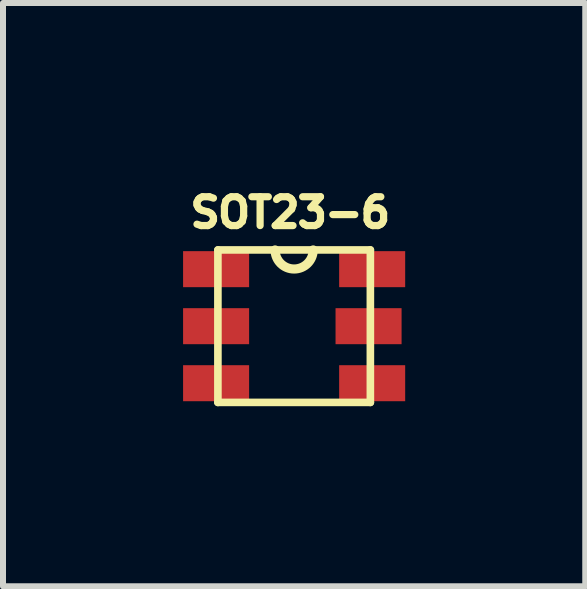
<source format=kicad_pcb>
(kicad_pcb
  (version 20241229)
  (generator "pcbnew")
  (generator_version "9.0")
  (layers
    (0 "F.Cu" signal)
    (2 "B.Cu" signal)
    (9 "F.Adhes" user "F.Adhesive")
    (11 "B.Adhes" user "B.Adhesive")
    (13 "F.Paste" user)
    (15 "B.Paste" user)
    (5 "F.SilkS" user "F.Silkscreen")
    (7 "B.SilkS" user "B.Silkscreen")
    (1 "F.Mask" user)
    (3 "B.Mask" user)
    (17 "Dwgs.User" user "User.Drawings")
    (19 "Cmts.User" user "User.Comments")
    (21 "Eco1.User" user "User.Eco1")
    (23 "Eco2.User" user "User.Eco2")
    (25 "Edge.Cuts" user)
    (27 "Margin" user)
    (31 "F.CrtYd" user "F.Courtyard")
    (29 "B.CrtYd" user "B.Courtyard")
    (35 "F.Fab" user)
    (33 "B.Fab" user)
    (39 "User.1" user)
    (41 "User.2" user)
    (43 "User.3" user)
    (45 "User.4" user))
  (footprint "SOT23-6"
    (layer "F.Cu")
    (at 1.85 2.384)
    (property "Reference" "SOT23-6" (at -0.064 -1.892 0) (layer "F.SilkS") (effects (font (size 0.48 0.48) (thickness 0.15))))
    (attr smd)
    (fp_line (start -1.27 -1.27) (end -0.318 -1.27) (stroke (width 0.127) (type solid)) (layer "F.SilkS"))
    (fp_line (start -1.27 1.27) (end -1.27 -1.27) (stroke (width 0.127) (type solid)) (layer "F.SilkS"))
    (fp_line (start 0.318 -1.27) (end -0.318 -1.27) (stroke (width 0.127) (type solid)) (layer "F.SilkS"))
    (fp_line (start 0.318 -1.27) (end 1.27 -1.27) (stroke (width 0.127) (type solid)) (layer "F.SilkS"))
    (fp_line (start 1.27 -1.27) (end 1.27 1.27) (stroke (width 0.127) (type solid)) (layer "F.SilkS"))
    (fp_line (start 1.27 1.27) (end -1.27 1.27) (stroke (width 0.127) (type solid)) (layer "F.SilkS"))
    (fp_arc (start 0.3175 -1.27) (mid 0 -0.9525) (end -0.3175 -1.27) (stroke (width 0.1524) (type solid)) (layer "F.SilkS"))
    (pad "1" smd rect (at -1.3 -0.95) (size 1.1 0.6) (layers "F.Cu" "F.Mask" "F.Paste"))
    (pad "2" smd rect (at -1.3 0) (size 1.1 0.6) (layers "F.Cu" "F.Mask" "F.Paste"))
    (pad "3" smd rect (at -1.3 0.95) (size 1.1 0.6) (layers "F.Cu" "F.Mask" "F.Paste"))
    (pad "4" smd rect (at 1.3 0.95) (size 1.1 0.6) (layers "F.Cu" "F.Mask" "F.Paste"))
    (pad "5" smd rect (at 1.24 0) (size 1.1 0.6) (layers "F.Cu" "F.Mask" "F.Paste"))
    (pad "6" smd rect (at 1.3 -0.95) (size 1.1 0.6) (layers "F.Cu" "F.Mask" "F.Paste")))
  (gr_rect
    (start -3 -3)
    (end 6.7 6.717)
    (stroke (width 0.1) (type default))
    (fill no)
    (layer "Edge.Cuts")))
</source>
